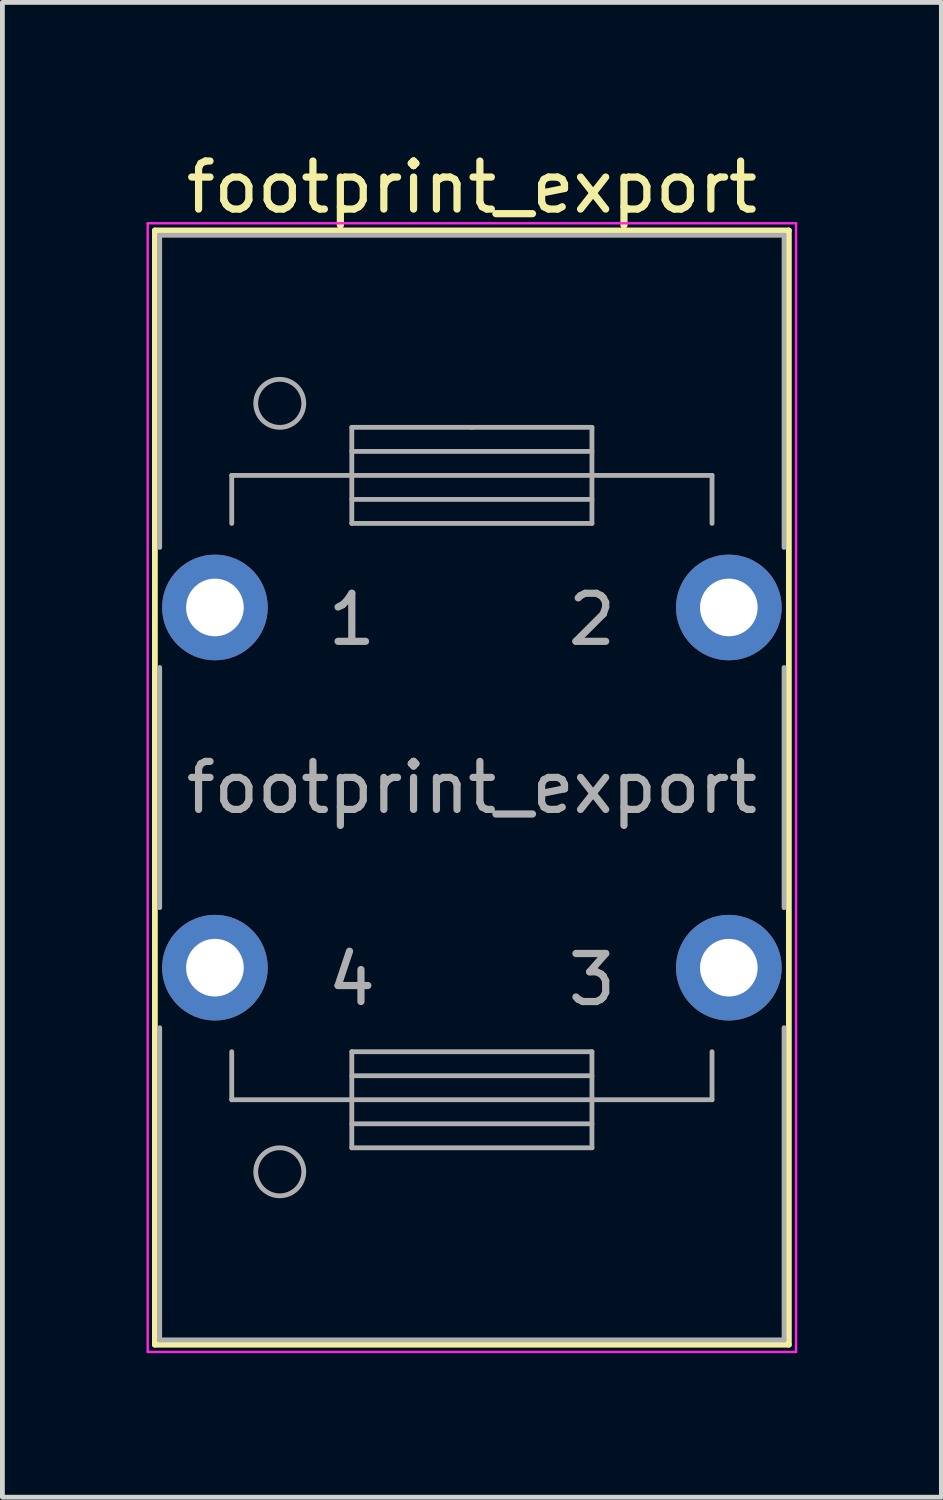
<source format=kicad_pcb>
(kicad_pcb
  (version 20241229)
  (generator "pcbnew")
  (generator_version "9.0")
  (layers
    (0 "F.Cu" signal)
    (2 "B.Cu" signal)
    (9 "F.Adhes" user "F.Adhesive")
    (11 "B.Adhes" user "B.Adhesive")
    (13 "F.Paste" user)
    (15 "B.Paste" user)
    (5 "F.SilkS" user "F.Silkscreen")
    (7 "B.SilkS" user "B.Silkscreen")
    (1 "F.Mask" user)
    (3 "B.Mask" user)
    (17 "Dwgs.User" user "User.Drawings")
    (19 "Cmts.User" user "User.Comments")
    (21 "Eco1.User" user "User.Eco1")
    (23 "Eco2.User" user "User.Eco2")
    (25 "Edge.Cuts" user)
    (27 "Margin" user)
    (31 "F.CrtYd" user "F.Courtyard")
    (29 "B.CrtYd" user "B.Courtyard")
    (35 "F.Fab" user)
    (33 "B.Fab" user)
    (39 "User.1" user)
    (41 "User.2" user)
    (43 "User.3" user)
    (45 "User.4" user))
  (footprint "footprint_export"
    (layer "F.Cu")
    (at 1.425 9.598)
    (property "Reference" "footprint_export" (at 5.35 -8.75 0) (layer "F.SilkS") (effects (font (size 1 1) (thickness 0.15))))
    (attr through_hole)
    (fp_line (start -1.25 -7.85) (end 11.95 -7.85) (stroke (width 0.12) (type solid)) (layer "F.SilkS"))
    (fp_line (start -1.25 15.35) (end -1.25 -7.85) (stroke (width 0.12) (type solid)) (layer "F.SilkS"))
    (fp_line (start 11.95 -7.85) (end 11.95 15.35) (stroke (width 0.12) (type solid)) (layer "F.SilkS"))
    (fp_line (start 11.95 15.35) (end -1.25 15.35) (stroke (width 0.12) (type solid)) (layer "F.SilkS"))
    (fp_line (start -1.4 -8) (end 12.1 -8) (stroke (width 0.05) (type solid)) (layer "F.CrtYd"))
    (fp_line (start -1.4 15.5) (end -1.4 -8) (stroke (width 0.05) (type solid)) (layer "F.CrtYd"))
    (fp_line (start 12.1 -8) (end 12.1 15.5) (stroke (width 0.05) (type solid)) (layer "F.CrtYd"))
    (fp_line (start 12.1 15.5) (end -1.4 15.5) (stroke (width 0.05) (type solid)) (layer "F.CrtYd"))
    (fp_line (start -1.15 -7.75) (end 11.85 -7.75) (stroke (width 0.1) (type solid)) (layer "F.Fab"))
    (fp_line (start -1.15 -1.25) (end -1.15 -7.75) (stroke (width 0.1) (type solid)) (layer "F.Fab"))
    (fp_line (start -1.15 6.25) (end -1.15 1.25) (stroke (width 0.1) (type solid)) (layer "F.Fab"))
    (fp_line (start -1.15 15.25) (end -1.15 8.75) (stroke (width 0.1) (type solid)) (layer "F.Fab"))
    (fp_line (start 0.35 -2.75) (end 0.35 -1.75) (stroke (width 0.1) (type solid)) (layer "F.Fab"))
    (fp_line (start 0.35 9.25) (end 0.35 10.25) (stroke (width 0.1) (type solid)) (layer "F.Fab"))
    (fp_line (start 0.35 10.25) (end 2.85 10.25) (stroke (width 0.1) (type solid)) (layer "F.Fab"))
    (fp_line (start 2.85 -3.75) (end 5.35 -3.75) (stroke (width 0.1) (type solid)) (layer "F.Fab"))
    (fp_line (start 2.85 -2.75) (end 0.35 -2.75) (stroke (width 0.1) (type solid)) (layer "F.Fab"))
    (fp_line (start 2.85 -2.75) (end 7.85 -2.75) (stroke (width 0.1) (type solid)) (layer "F.Fab"))
    (fp_line (start 2.85 -2.25) (end 7.85 -2.25) (stroke (width 0.1) (type solid)) (layer "F.Fab"))
    (fp_line (start 2.85 -1.75) (end 2.85 -3.75) (stroke (width 0.1) (type solid)) (layer "F.Fab"))
    (fp_line (start 2.85 9.25) (end 7.85 9.25) (stroke (width 0.1) (type solid)) (layer "F.Fab"))
    (fp_line (start 2.85 10.75) (end 7.85 10.75) (stroke (width 0.1) (type solid)) (layer "F.Fab"))
    (fp_line (start 2.85 11.25) (end 2.85 9.25) (stroke (width 0.1) (type solid)) (layer "F.Fab"))
    (fp_line (start 5.35 -3.75) (end 7.85 -3.75) (stroke (width 0.1) (type solid)) (layer "F.Fab"))
    (fp_line (start 7.85 -3.75) (end 7.85 -1.75) (stroke (width 0.1) (type solid)) (layer "F.Fab"))
    (fp_line (start 7.85 -3.25) (end 2.85 -3.25) (stroke (width 0.1) (type solid)) (layer "F.Fab"))
    (fp_line (start 7.85 -2.75) (end 10.35 -2.75) (stroke (width 0.1) (type solid)) (layer "F.Fab"))
    (fp_line (start 7.85 -1.75) (end 2.85 -1.75) (stroke (width 0.1) (type solid)) (layer "F.Fab"))
    (fp_line (start 7.85 9.25) (end 7.85 11.25) (stroke (width 0.1) (type solid)) (layer "F.Fab"))
    (fp_line (start 7.85 9.75) (end 2.85 9.75) (stroke (width 0.1) (type solid)) (layer "F.Fab"))
    (fp_line (start 7.85 10.25) (end 2.85 10.25) (stroke (width 0.1) (type solid)) (layer "F.Fab"))
    (fp_line (start 7.85 11.25) (end 2.85 11.25) (stroke (width 0.1) (type solid)) (layer "F.Fab"))
    (fp_line (start 10.35 -2.75) (end 10.35 -1.75) (stroke (width 0.1) (type solid)) (layer "F.Fab"))
    (fp_line (start 10.35 9.25) (end 10.35 10.25) (stroke (width 0.1) (type solid)) (layer "F.Fab"))
    (fp_line (start 10.35 10.25) (end 7.85 10.25) (stroke (width 0.1) (type solid)) (layer "F.Fab"))
    (fp_line (start 11.85 -7.75) (end 11.85 -1.25) (stroke (width 0.1) (type solid)) (layer "F.Fab"))
    (fp_line (start 11.85 1.25) (end 11.85 6.25) (stroke (width 0.1) (type solid)) (layer "F.Fab"))
    (fp_line (start 11.85 8.75) (end 11.85 15.25) (stroke (width 0.1) (type solid)) (layer "F.Fab"))
    (fp_line (start 11.85 15.25) (end -1.15 15.25) (stroke (width 0.1) (type solid)) (layer "F.Fab"))
    (fp_circle (center 1.35 -4.25) (end 1.85 -4.25) (stroke (width 0.1) (type solid)) (fill no) (layer "F.Fab"))
    (fp_circle (center 1.35 11.75) (end 1.85 11.75) (stroke (width 0.1) (type solid)) (fill no) (layer "F.Fab"))
    (fp_text user "4" (at 2.85 7.75 0) (layer "F.Fab") (effects (font (size 1 1) (thickness 0.15))))
    (fp_text user "2" (at 7.85 0.25 0) (layer "F.Fab") (effects (font (size 1 1) (thickness 0.15))))
    (fp_text user "${REFERENCE}" (at 5.35 3.75 0) (layer "F.Fab") (effects (font (size 1 1) (thickness 0.15))))
    (fp_text user "3" (at 7.85 7.75 0) (layer "F.Fab") (effects (font (size 1 1) (thickness 0.15))))
    (fp_text user "1" (at 2.85 0.25 0) (layer "F.Fab") (effects (font (size 1 1) (thickness 0.15))))
    (pad "1" thru_hole circle (at 0 0) (size 2.2 2.2) (drill 1.2) (layers "*.Cu" "*.Mask"))
    (pad "2" thru_hole circle (at 10.7 0) (size 2.2 2.2) (drill 1.2) (layers "*.Cu" "*.Mask"))
    (pad "3" thru_hole circle (at 10.7 7.5) (size 2.2 2.2) (drill 1.2) (layers "*.Cu" "*.Mask"))
    (pad "4" thru_hole circle (at 0 7.5) (size 2.2 2.2) (drill 1.2) (layers "*.Cu" "*.Mask")))
  (gr_rect
    (start -3 -3)
    (end 16.55 28.123)
    (stroke (width 0.1) (type default))
    (fill no)
    (layer "Edge.Cuts")))
</source>
